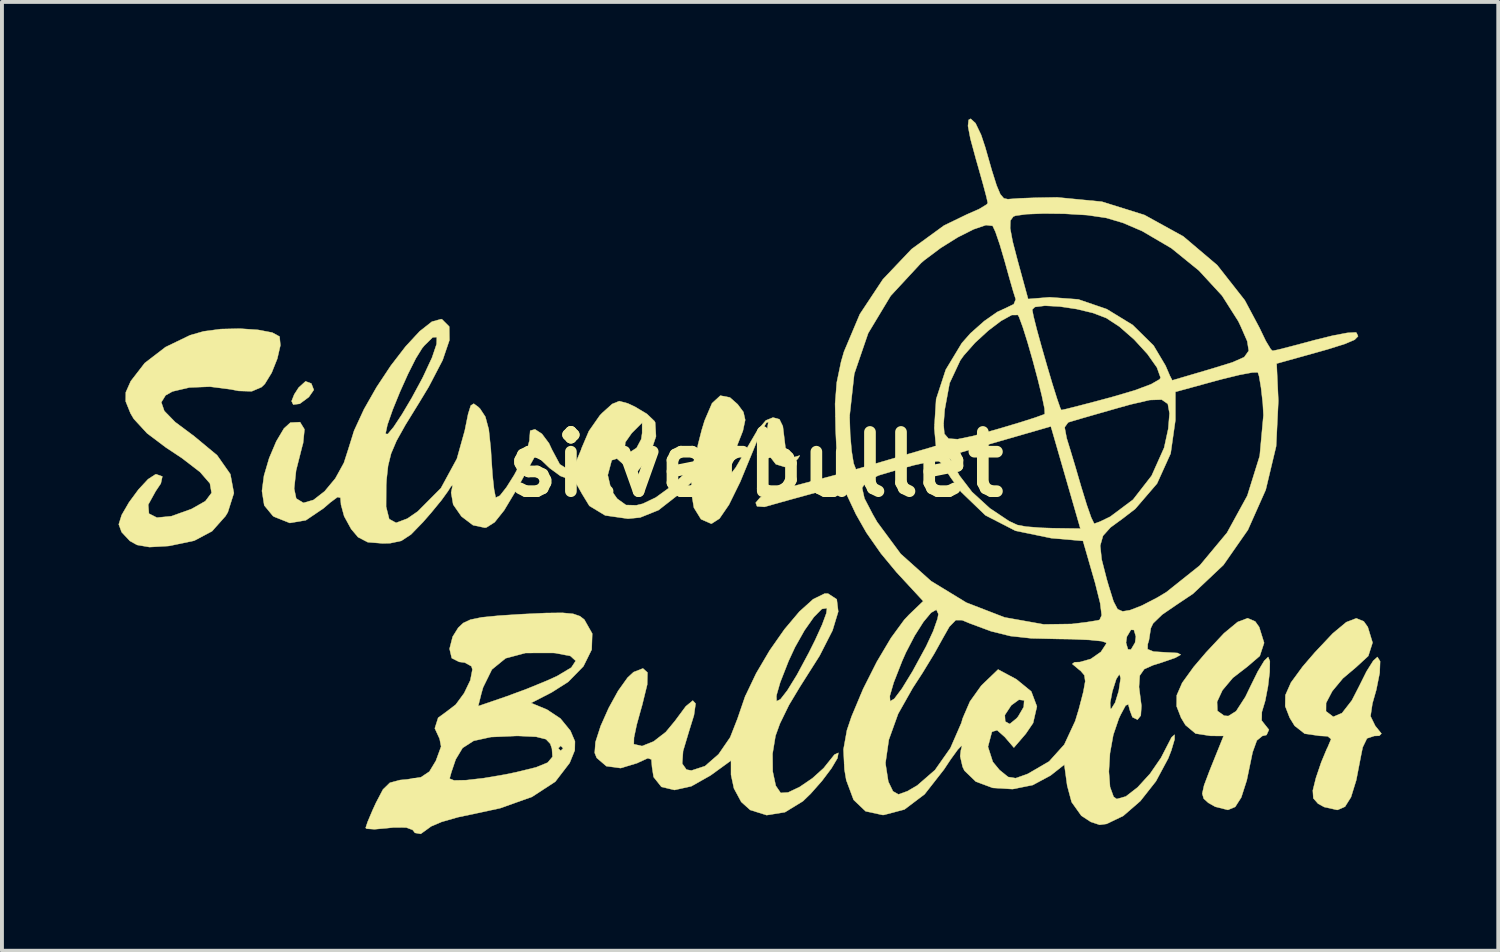
<source format=kicad_pcb>
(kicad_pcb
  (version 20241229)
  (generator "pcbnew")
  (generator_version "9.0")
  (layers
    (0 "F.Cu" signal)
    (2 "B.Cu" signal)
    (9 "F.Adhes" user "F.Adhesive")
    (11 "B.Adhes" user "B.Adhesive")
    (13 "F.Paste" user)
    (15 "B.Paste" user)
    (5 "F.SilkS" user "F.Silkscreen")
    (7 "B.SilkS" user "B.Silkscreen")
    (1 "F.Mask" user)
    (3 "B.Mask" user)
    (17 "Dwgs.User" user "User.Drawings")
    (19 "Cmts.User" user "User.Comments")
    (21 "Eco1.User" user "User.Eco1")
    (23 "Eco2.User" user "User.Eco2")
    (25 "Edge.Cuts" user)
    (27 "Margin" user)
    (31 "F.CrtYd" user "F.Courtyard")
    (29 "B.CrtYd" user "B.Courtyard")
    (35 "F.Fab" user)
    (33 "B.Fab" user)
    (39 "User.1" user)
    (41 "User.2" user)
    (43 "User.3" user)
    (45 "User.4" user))
  (footprint "silverbullet"
    (layer "F.Cu")
    (at 16.388 8.895)
    (property "Reference" "silverbullet" (at 0 0 180) (layer "F.SilkS") (effects (font (size 1.524 1.524) (thickness 0.3))))
    (attr through_hole)
    (fp_poly (pts (xy -11.43 -2.081) (xy -11.366 -1.916) (xy -11.494 -1.732) (xy -11.728 -1.559) (xy -11.895 -1.538) (xy -11.938 -1.627) (xy -11.87 -1.799) (xy -11.756 -1.976) (xy -11.579 -2.137) (xy -11.43 -2.081)) (stroke (width 0.01) (type solid)) (fill yes) (layer "F.SilkS"))
    (fp_poly (pts (xy 12.848 4.04) (xy 12.95 4.183) (xy 13.077 4.591) (xy 12.966 4.928) (xy 12.65 5.199) (xy 12.272 5.491) (xy 12.005 5.809) (xy 11.867 6.107) (xy 11.876 6.34) (xy 12.048 6.464) (xy 12.156 6.473) (xy 12.357 6.348) (xy 12.596 5.978) (xy 12.725 5.711) (xy 12.916 5.324) (xy 13.081 5.051) (xy 13.182 4.953) (xy 13.225 5.063) (xy 13.22 5.342) (xy 13.177 5.708) (xy 13.105 6.082) (xy 13.019 6.369) (xy 13.014 6.587) (xy 13.072 6.662) (xy 13.201 6.825) (xy 13.14 6.96) (xy 13.032 6.985) (xy 12.89 7.101) (xy 12.781 7.404) (xy 12.769 7.461) (xy 12.631 8.126) (xy 12.49 8.565) (xy 12.334 8.809) (xy 12.15 8.886) (xy 12.14 8.886) (xy 11.821 8.806) (xy 11.643 8.706) (xy 11.524 8.598) (xy 11.486 8.468) (xy 11.534 8.252) (xy 11.673 7.883) (xy 11.723 7.758) (xy 12.035 6.985) (xy 11.701 6.983) (xy 11.314 6.923) (xy 11.055 6.706) (xy 10.941 6.517) (xy 10.827 6.223) (xy 10.83 5.939) (xy 10.97 5.618) (xy 11.265 5.21) (xy 11.585 4.835) (xy 12.046 4.343) (xy 12.395 4.054) (xy 12.654 3.956) (xy 12.848 4.04)) (stroke (width 0.01) (type solid)) (fill yes) (layer "F.SilkS"))
    (fp_poly (pts (xy 15.64 4.037) (xy 15.744 4.183) (xy 15.867 4.585) (xy 15.757 4.928) (xy 15.443 5.217) (xy 15.102 5.505) (xy 14.83 5.833) (xy 14.671 6.137) (xy 14.669 6.35) (xy 14.669 6.35) (xy 14.856 6.492) (xy 15.082 6.395) (xy 15.334 6.071) (xy 15.519 5.711) (xy 15.712 5.324) (xy 15.884 5.051) (xy 15.992 4.953) (xy 16.061 5.064) (xy 16.05 5.363) (xy 15.962 5.801) (xy 15.863 6.149) (xy 15.814 6.477) (xy 15.936 6.727) (xy 15.957 6.752) (xy 16.095 6.924) (xy 16.041 6.98) (xy 15.911 6.985) (xy 15.723 7.048) (xy 15.613 7.276) (xy 15.575 7.461) (xy 15.447 8.122) (xy 15.312 8.559) (xy 15.158 8.804) (xy 14.971 8.886) (xy 14.948 8.886) (xy 14.623 8.813) (xy 14.464 8.726) (xy 14.343 8.588) (xy 14.33 8.387) (xy 14.41 8.064) (xy 14.546 7.663) (xy 14.689 7.32) (xy 14.714 7.271) (xy 14.8 7.066) (xy 14.712 6.993) (xy 14.514 6.983) (xy 14.121 6.927) (xy 13.862 6.724) (xy 13.735 6.517) (xy 13.62 6.22) (xy 13.625 5.934) (xy 13.768 5.611) (xy 14.068 5.201) (xy 14.383 4.835) (xy 14.844 4.346) (xy 15.191 4.058) (xy 15.448 3.959) (xy 15.64 4.037)) (stroke (width 0.01) (type solid)) (fill yes) (layer "F.SilkS"))
    (fp_poly (pts (xy -12.8 -3.46) (xy -12.436 -3.391) (xy -12.248 -3.289) (xy -12.247 -3.288) (xy -12.226 -3.063) (xy -12.305 -2.72) (xy -12.45 -2.357) (xy -12.626 -2.07) (xy -12.71 -1.988) (xy -12.962 -1.88) (xy -13.299 -1.89) (xy -13.501 -1.93) (xy -14.037 -1.999) (xy -14.567 -1.978) (xy -15.001 -1.876) (xy -15.179 -1.776) (xy -15.289 -1.597) (xy -15.212 -1.375) (xy -14.933 -1.089) (xy -14.446 -0.726) (xy -13.854 -0.235) (xy -13.513 0.251) (xy -13.422 0.738) (xy -13.578 1.231) (xy -13.638 1.33) (xy -13.984 1.719) (xy -14.444 1.963) (xy -15.08 2.096) (xy -15.116 2.1) (xy -15.593 2.127) (xy -15.912 2.072) (xy -16.097 1.97) (xy -16.31 1.742) (xy -16.383 1.542) (xy -16.308 1.301) (xy -16.12 0.977) (xy -15.875 0.645) (xy -15.629 0.38) (xy -15.438 0.256) (xy -15.42 0.254) (xy -15.262 0.31) (xy -15.301 0.491) (xy -15.435 0.691) (xy -15.626 1.037) (xy -15.607 1.266) (xy -15.402 1.369) (xy -15.031 1.333) (xy -14.516 1.149) (xy -14.51 1.146) (xy -14.156 0.945) (xy -13.996 0.733) (xy -14.038 0.49) (xy -14.291 0.198) (xy -14.763 -0.165) (xy -15.168 -0.433) (xy -15.655 -0.8) (xy -15.997 -1.171) (xy -16.081 -1.313) (xy -16.205 -1.621) (xy -16.202 -1.854) (xy -16.075 -2.141) (xy -15.715 -2.607) (xy -15.18 -3.018) (xy -14.548 -3.323) (xy -14.201 -3.422) (xy -13.758 -3.481) (xy -13.266 -3.492) (xy -12.8 -3.46)) (stroke (width 0.01) (type solid)) (fill yes) (layer "F.SilkS"))
    (fp_poly (pts (xy 2.085 3.47) (xy 2.123 3.786) (xy 1.976 4.271) (xy 1.644 4.922) (xy 1.136 5.723) (xy 0.856 6.189) (xy 0.622 6.669) (xy 0.509 6.982) (xy 0.433 7.444) (xy 0.438 7.899) (xy 0.516 8.265) (xy 0.642 8.45) (xy 0.833 8.438) (xy 1.13 8.297) (xy 1.46 8.072) (xy 1.747 7.813) (xy 1.865 7.665) (xy 2.026 7.465) (xy 2.127 7.418) (xy 2.103 7.557) (xy 1.948 7.818) (xy 1.704 8.142) (xy 1.417 8.467) (xy 1.215 8.663) (xy 0.753 8.946) (xy 0.282 9.022) (xy -0.142 8.889) (xy -0.372 8.682) (xy -0.56 8.333) (xy -0.635 7.983) (xy -0.635 7.618) (xy -1.162 8) (xy -1.656 8.279) (xy -2.089 8.375) (xy -2.425 8.295) (xy -2.626 8.042) (xy -2.667 7.782) (xy -2.682 7.59) (xy -2.773 7.557) (xy -3.011 7.665) (xy -3.047 7.683) (xy -3.473 7.812) (xy -3.842 7.762) (xy -4.09 7.549) (xy -4.141 7.421) (xy -4.121 7.142) (xy -3.989 6.732) (xy -3.783 6.269) (xy -3.54 5.827) (xy -3.296 5.485) (xy -3.141 5.342) (xy -2.9 5.248) (xy -2.784 5.353) (xy -2.791 5.664) (xy -2.92 6.19) (xy -2.941 6.262) (xy -3.061 6.696) (xy -3.131 7.029) (xy -3.135 7.193) (xy -3.132 7.197) (xy -2.924 7.245) (xy -2.629 7.128) (xy -2.314 6.885) (xy -2.079 6.602) (xy -1.798 6.223) (xy -1.618 6.075) (xy -1.546 6.153) (xy -1.588 6.452) (xy -1.714 6.858) (xy -1.868 7.373) (xy -1.891 7.696) (xy -1.781 7.851) (xy -1.653 7.874) (xy -1.304 7.76) (xy -0.955 7.455) (xy -0.656 7.02) (xy -0.468 6.54) (xy -0.275 5.976) (xy -0.262 5.949) (xy 0.532 5.949) (xy 0.538 6.091) (xy 0.636 6.042) (xy 0.815 5.812) (xy 1.062 5.411) (xy 1.365 4.847) (xy 1.53 4.516) (xy 1.708 4.124) (xy 1.817 3.829) (xy 1.834 3.697) (xy 1.701 3.719) (xy 1.497 3.925) (xy 1.255 4.269) (xy 1.01 4.704) (xy 0.846 5.057) (xy 0.63 5.608) (xy 0.532 5.949) (xy -0.262 5.949) (xy 0.011 5.376) (xy 0.36 4.784) (xy 0.741 4.24) (xy 1.123 3.787) (xy 1.477 3.468) (xy 1.771 3.324) (xy 1.86 3.323) (xy 2.085 3.47)) (stroke (width 0.01) (type solid)) (fill yes) (layer "F.SilkS"))
    (fp_poly (pts (xy -4.695 3.844) (xy -4.521 3.904) (xy -4.408 3.992) (xy -4.205 4.351) (xy -4.219 4.765) (xy -4.431 5.193) (xy -4.823 5.594) (xy -5.251 5.866) (xy -5.779 6.137) (xy -5.37 6.306) (xy -5.023 6.536) (xy -4.766 6.851) (xy -4.649 7.125) (xy -4.654 7.355) (xy -4.782 7.671) (xy -4.787 7.681) (xy -5.155 8.161) (xy -5.753 8.551) (xy -6.573 8.843) (xy -7.147 8.967) (xy -7.654 9.074) (xy -8.081 9.196) (xy -8.35 9.311) (xy -8.383 9.336) (xy -8.616 9.504) (xy -8.765 9.478) (xy -8.825 9.401) (xy -8.989 9.34) (xy -9.316 9.339) (xy -9.467 9.355) (xy -9.804 9.385) (xy -10.007 9.371) (xy -10.033 9.35) (xy -9.983 9.197) (xy -9.856 8.897) (xy -9.768 8.705) (xy -9.588 8.362) (xy -9.41 8.189) (xy -9.149 8.119) (xy -8.974 8.103) (xy -8.847 8.083) (xy -7.874 8.083) (xy -7.759 8.128) (xy -7.448 8.122) (xy -6.994 8.07) (xy -6.448 7.977) (xy -6.163 7.918) (xy -5.65 7.792) (xy -5.351 7.67) (xy -5.227 7.521) (xy -5.241 7.313) (xy -5.244 7.303) (xy -5.08 7.303) (xy -5.016 7.366) (xy -4.953 7.303) (xy -5.016 7.239) (xy -5.08 7.303) (xy -5.244 7.303) (xy -5.284 7.186) (xy -5.395 7.069) (xy -5.648 7.006) (xy -6.095 6.985) (xy -6.165 6.985) (xy -6.811 7.013) (xy -7.254 7.11) (xy -7.54 7.294) (xy -7.715 7.585) (xy -7.731 7.63) (xy -7.828 7.917) (xy -7.873 8.077) (xy -7.874 8.083) (xy -8.847 8.083) (xy -8.612 8.047) (xy -8.394 7.902) (xy -8.226 7.624) (xy -8.092 7.257) (xy -8.13 7.059) (xy -8.254 6.789) (xy -8.168 6.517) (xy -7.941 6.351) (xy -7.767 6.218) (xy -7.138 6.218) (xy -6.395 5.963) (xy -5.88 5.772) (xy -5.365 5.561) (xy -5.106 5.443) (xy -4.743 5.226) (xy -4.63 5.053) (xy -4.767 4.928) (xy -5.152 4.854) (xy -5.214 4.849) (xy -5.92 4.851) (xy -6.432 4.987) (xy -6.785 5.275) (xy -7.012 5.736) (xy -7.056 5.89) (xy -7.138 6.218) (xy -7.767 6.218) (xy -7.716 6.179) (xy -7.499 5.883) (xy -7.34 5.552) (xy -7.287 5.276) (xy -7.311 5.194) (xy -7.482 5.098) (xy -7.627 5.08) (xy -7.818 4.984) (xy -7.875 4.743) (xy -7.795 4.431) (xy -7.652 4.202) (xy -7.523 4.08) (xy -7.339 3.994) (xy -7.049 3.934) (xy -6.602 3.89) (xy -6.028 3.853) (xy -5.398 3.823) (xy -4.971 3.818) (xy -4.695 3.844)) (stroke (width 0.01) (type solid)) (fill yes) (layer "F.SilkS"))
    (fp_poly (pts (xy -8.067 -3.73) (xy -7.883 -3.545) (xy -7.878 -3.196) (xy -8.053 -2.681) (xy -8.41 -1.996) (xy -8.664 -1.576) (xy -9.009 -1.017) (xy -9.239 -0.606) (xy -9.379 -0.277) (xy -9.456 0.034) (xy -9.495 0.391) (xy -9.504 0.538) (xy -9.507 1.088) (xy -9.427 1.406) (xy -9.25 1.503) (xy -8.96 1.394) (xy -8.693 1.21) (xy -8.097 0.611) (xy -7.686 -0.145) (xy -7.484 -0.867) (xy -7.397 -1.296) (xy -7.329 -1.514) (xy -7.252 -1.562) (xy -7.138 -1.479) (xy -7.09 -1.432) (xy -6.954 -1.226) (xy -6.866 -0.899) (xy -6.813 -0.394) (xy -6.802 -0.205) (xy -6.77 0.271) (xy -6.73 0.641) (xy -6.691 0.839) (xy -6.683 0.853) (xy -6.58 0.804) (xy -6.411 0.589) (xy -6.213 0.274) (xy -6.023 -0.077) (xy -5.878 -0.399) (xy -5.817 -0.625) (xy -5.818 -0.655) (xy -5.801 -0.867) (xy -5.677 -0.902) (xy -5.499 -0.786) (xy -5.317 -0.543) (xy -5.241 -0.381) (xy -5.039 -0.003) (xy -4.837 0.123) (xy -4.649 -0.003) (xy -4.489 -0.38) (xy -4.487 -0.388) (xy -3.37 -0.388) (xy -3.227 -0.318) (xy -3.063 -0.425) (xy -2.944 -0.649) (xy -2.921 -0.806) (xy -2.921 -1.072) (xy -3.19 -0.803) (xy -3.354 -0.569) (xy -3.37 -0.388) (xy -4.487 -0.388) (xy -4.48 -0.413) (xy -4.291 -0.856) (xy -4.008 -1.261) (xy -3.946 -1.325) (xy -3.691 -1.554) (xy -3.509 -1.628) (xy -3.288 -1.568) (xy -3.108 -1.484) (xy -2.799 -1.299) (xy -2.604 -1.113) (xy -2.586 -1.079) (xy -2.565 -0.72) (xy -2.708 -0.292) (xy -2.901 0.007) (xy -3.138 0.3) (xy -3.373 0.026) (xy -3.569 -0.149) (xy -3.695 -0.11) (xy -3.707 -0.093) (xy -3.805 0.275) (xy -3.713 0.67) (xy -3.563 0.882) (xy -3.336 1.045) (xy -3.07 1.052) (xy -2.903 1.011) (xy -2.571 0.852) (xy -2.201 0.584) (xy -1.861 0.267) (xy -1.613 -0.039) (xy -1.524 -0.265) (xy -1.486 -0.503) (xy -1.39 -0.879) (xy -1.314 -1.128) (xy -1.123 -1.573) (xy -0.91 -1.769) (xy -0.664 -1.722) (xy -0.464 -1.546) (xy -0.316 -1.347) (xy -0.27 -1.143) (xy -0.33 -0.861) (xy -0.499 -0.43) (xy -0.525 -0.369) (xy -0.692 0.063) (xy -0.737 0.281) (xy -0.673 0.286) (xy -0.514 0.081) (xy -0.271 -0.334) (xy -0.234 -0.403) (xy 0.041 -0.874) (xy 0.262 -1.132) (xy 0.445 -1.206) (xy 0.61 -1.161) (xy 0.698 -0.982) (xy 0.738 -0.656) (xy 0.779 -0.315) (xy 0.856 -0.177) (xy 0.992 -0.187) (xy 1.135 -0.229) (xy 1.087 -0.149) (xy 1.007 -0.066) (xy 0.753 0.068) (xy 0.518 -0.004) (xy 0.34 -0.235) (xy 0.26 -0.577) (xy 0.296 -0.909) (xy 0.325 -1.089) (xy 0.273 -1.069) (xy 0.163 -0.882) (xy 0.016 -0.559) (xy -0.056 -0.381) (xy -0.398 0.449) (xy -0.688 1.038) (xy -0.932 1.394) (xy -1.133 1.523) (xy -1.148 1.524) (xy -1.407 1.41) (xy -1.59 1.113) (xy -1.651 0.747) (xy -1.651 0.46) (xy -2 0.786) (xy -2.501 1.177) (xy -2.972 1.366) (xy -3.285 1.397) (xy -3.871 1.313) (xy -4.279 1.066) (xy -4.464 0.763) (xy -4.614 0.497) (xy -4.793 0.381) (xy -4.8 0.381) (xy -5.023 0.298) (xy -5.299 0.096) (xy -5.33 0.067) (xy -5.657 -0.246) (xy -6.165 0.671) (xy -6.471 1.182) (xy -6.715 1.488) (xy -6.923 1.62) (xy -6.964 1.629) (xy -7.271 1.564) (xy -7.569 1.338) (xy -7.781 1.033) (xy -7.834 0.727) (xy -7.831 0.713) (xy -7.793 0.527) (xy -7.842 0.572) (xy -7.916 0.69) (xy -8.082 0.92) (xy -8.352 1.249) (xy -8.557 1.484) (xy -8.867 1.803) (xy -9.117 1.967) (xy -9.401 2.027) (xy -9.596 2.032) (xy -9.98 2.001) (xy -10.228 1.872) (xy -10.405 1.663) (xy -10.586 1.333) (xy -10.668 1.031) (xy -10.668 1.015) (xy -10.681 0.858) (xy -10.754 0.84) (xy -10.934 0.972) (xy -11.117 1.13) (xy -11.571 1.437) (xy -11.984 1.507) (xy -12.39 1.345) (xy -12.418 1.326) (xy -12.641 1.055) (xy -12.7 0.683) (xy -12.648 0.291) (xy -12.515 -0.16) (xy -12.332 -0.592) (xy -12.134 -0.925) (xy -11.969 -1.075) (xy -11.72 -1.087) (xy -11.606 -0.902) (xy -11.642 -0.547) (xy -11.659 -0.488) (xy -11.822 0.155) (xy -11.872 0.624) (xy -11.819 0.877) (xy -11.633 0.99) (xy -11.375 0.915) (xy -11.088 0.692) (xy -10.813 0.361) (xy -10.592 -0.04) (xy -10.482 -0.382) (xy -10.355 -0.787) (xy -9.522 -0.787) (xy -9.522 -0.786) (xy -9.464 -0.781) (xy -9.314 -0.961) (xy -9.099 -1.286) (xy -8.844 -1.716) (xy -8.576 -2.212) (xy -8.555 -2.254) (xy -8.325 -2.748) (xy -8.208 -3.095) (xy -8.202 -3.274) (xy -8.308 -3.268) (xy -8.524 -3.056) (xy -8.58 -2.988) (xy -8.74 -2.73) (xy -8.941 -2.331) (xy -9.151 -1.864) (xy -9.339 -1.402) (xy -9.473 -1.018) (xy -9.522 -0.787) (xy -10.355 -0.787) (xy -10.33 -0.868) (xy -10.076 -1.418) (xy -9.751 -1.988) (xy -9.385 -2.54) (xy -9.006 -3.032) (xy -8.644 -3.423) (xy -8.329 -3.671) (xy -8.09 -3.737) (xy -8.067 -3.73)) (stroke (width 0.01) (type solid)) (fill yes) (layer "F.SilkS"))
    (fp_poly (pts (xy 5.654 -8.776) (xy 5.798 -8.476) (xy 5.903 -8.16) (xy 6.073 -7.566) (xy 6.196 -7.176) (xy 6.292 -6.949) (xy 6.382 -6.844) (xy 6.485 -6.821) (xy 6.554 -6.827) (xy 6.795 -6.844) (xy 7.205 -6.859) (xy 7.701 -6.868) (xy 7.753 -6.869) (xy 8.906 -6.757) (xy 10 -6.415) (xy 10.999 -5.864) (xy 11.87 -5.126) (xy 12.58 -4.222) (xy 12.958 -3.513) (xy 13.12 -3.176) (xy 13.249 -2.962) (xy 13.294 -2.921) (xy 13.443 -2.952) (xy 13.773 -3.036) (xy 14.222 -3.155) (xy 14.368 -3.195) (xy 14.841 -3.312) (xy 15.216 -3.383) (xy 15.429 -3.395) (xy 15.453 -3.386) (xy 15.494 -3.296) (xy 15.406 -3.206) (xy 15.155 -3.099) (xy 14.708 -2.959) (xy 14.389 -2.869) (xy 13.399 -2.593) (xy 13.443 -1.634) (xy 13.386 -0.465) (xy 13.119 0.654) (xy 12.661 1.684) (xy 12.031 2.588) (xy 11.248 3.327) (xy 10.812 3.619) (xy 10.456 3.863) (xy 10.222 4.089) (xy 10.163 4.212) (xy 10.114 4.526) (xy 10.083 4.625) (xy 10.08 4.753) (xy 10.233 4.815) (xy 10.559 4.835) (xy 10.852 4.851) (xy 10.933 4.895) (xy 10.792 4.975) (xy 10.419 5.104) (xy 10.223 5.164) (xy 9.994 5.266) (xy 9.878 5.433) (xy 9.859 5.725) (xy 9.92 6.202) (xy 9.921 6.209) (xy 9.905 6.46) (xy 9.821 6.566) (xy 9.69 6.502) (xy 9.624 6.326) (xy 9.583 6.172) (xy 9.515 6.201) (xy 9.39 6.433) (xy 9.34 6.54) (xy 9.198 6.956) (xy 9.112 7.432) (xy 9.084 7.9) (xy 9.114 8.296) (xy 9.206 8.55) (xy 9.287 8.607) (xy 9.521 8.541) (xy 9.824 8.306) (xy 10.143 7.957) (xy 10.424 7.549) (xy 10.548 7.308) (xy 10.696 7.021) (xy 10.774 6.952) (xy 10.774 7.074) (xy 10.69 7.358) (xy 10.611 7.561) (xy 10.295 8.15) (xy 9.894 8.659) (xy 9.455 9.04) (xy 9.026 9.247) (xy 8.847 9.271) (xy 8.62 9.196) (xy 8.376 9.037) (xy 8.126 8.686) (xy 8.012 8.263) (xy 7.938 7.723) (xy 7.584 8.002) (xy 7.126 8.248) (xy 6.608 8.352) (xy 6.098 8.321) (xy 5.663 8.16) (xy 5.369 7.877) (xy 5.322 7.78) (xy 5.259 7.506) (xy 5.277 7.355) (xy 5.305 7.244) (xy 5.291 7.239) (xy 5.197 7.337) (xy 5.014 7.589) (xy 4.843 7.847) (xy 4.344 8.485) (xy 3.826 8.876) (xy 3.293 9.017) (xy 3.263 9.017) (xy 2.826 8.922) (xy 2.518 8.628) (xy 2.329 8.121) (xy 2.283 7.848) (xy 2.275 7.687) (xy 3.337 7.687) (xy 3.411 8.16) (xy 3.531 8.408) (xy 3.671 8.488) (xy 3.9 8.407) (xy 4.154 8.259) (xy 4.611 7.862) (xy 5.008 7.297) (xy 5.29 6.65) (xy 5.323 6.534) (xy 5.36 6.448) (xy 6.408 6.448) (xy 6.418 6.612) (xy 6.534 6.677) (xy 6.709 6.534) (xy 6.751 6.484) (xy 6.894 6.239) (xy 6.905 6.07) (xy 6.771 6.053) (xy 6.573 6.197) (xy 6.408 6.448) (xy 5.36 6.448) (xy 5.51 6.1) (xy 5.796 5.699) (xy 5.846 5.648) (xy 6.235 5.275) (xy 6.705 5.527) (xy 7.088 5.84) (xy 7.233 6.226) (xy 7.135 6.653) (xy 6.947 6.929) (xy 6.641 7.285) (xy 6.406 7.011) (xy 6.21 6.837) (xy 6.084 6.875) (xy 6.072 6.892) (xy 5.974 7.263) (xy 6.099 7.651) (xy 6.271 7.86) (xy 6.493 8.04) (xy 6.686 8.071) (xy 6.973 7.97) (xy 7.002 7.958) (xy 7.546 7.641) (xy 7.937 7.207) (xy 8.219 6.6) (xy 8.311 6.297) (xy 8.354 6.134) (xy 9.117 6.134) (xy 9.125 6.282) (xy 9.148 6.284) (xy 9.246 6.126) (xy 9.336 5.834) (xy 9.337 5.831) (xy 9.387 5.498) (xy 9.357 5.394) (xy 9.275 5.52) (xy 9.174 5.836) (xy 9.117 6.134) (xy 8.354 6.134) (xy 8.428 5.848) (xy 8.476 5.579) (xy 8.454 5.423) (xy 8.362 5.315) (xy 8.303 5.268) (xy 8.142 5.133) (xy 8.2 5.089) (xy 8.341 5.084) (xy 8.62 5.004) (xy 8.879 4.823) (xy 9.014 4.617) (xy 9.017 4.587) (xy 9.525 4.587) (xy 9.575 4.758) (xy 9.652 4.763) (xy 9.758 4.584) (xy 9.779 4.43) (xy 9.729 4.259) (xy 9.652 4.255) (xy 9.546 4.433) (xy 9.525 4.587) (xy 9.017 4.587) (xy 9.017 4.587) (xy 8.899 4.547) (xy 8.582 4.515) (xy 8.119 4.495) (xy 7.779 4.49) (xy 7.09 4.474) (xy 6.55 4.415) (xy 6.054 4.292) (xy 5.499 4.086) (xy 5.31 4.007) (xy 5.147 4.005) (xy 4.981 4.175) (xy 4.816 4.466) (xy 4.591 4.871) (xy 4.291 5.363) (xy 4.039 5.751) (xy 3.663 6.417) (xy 3.424 7.082) (xy 3.337 7.687) (xy 2.275 7.687) (xy 2.258 7.33) (xy 2.347 6.836) (xy 2.465 6.486) (xy 2.687 5.957) (xy 3.449 5.957) (xy 3.458 6.093) (xy 3.565 6.028) (xy 3.761 5.768) (xy 4.036 5.319) (xy 4.38 4.687) (xy 4.388 4.671) (xy 4.566 4.288) (xy 4.678 3.968) (xy 4.699 3.849) (xy 4.647 3.737) (xy 4.509 3.816) (xy 4.314 4.051) (xy 4.09 4.404) (xy 3.863 4.84) (xy 3.767 5.057) (xy 3.549 5.613) (xy 3.449 5.957) (xy 2.687 5.957) (xy 2.764 5.774) (xy 3.115 5.078) (xy 3.48 4.464) (xy 3.82 3.999) (xy 3.943 3.868) (xy 4.309 3.517) (xy 3.618 2.77) (xy 3.222 2.292) (xy 2.848 1.757) (xy 2.578 1.282) (xy 2.26 0.605) (xy 2.737 0.605) (xy 2.797 0.874) (xy 3.011 1.285) (xy 3.123 1.481) (xy 3.729 2.301) (xy 4.51 3.001) (xy 5.418 3.555) (xy 6.401 3.935) (xy 7.409 4.115) (xy 8.128 4.105) (xy 8.507 4.059) (xy 8.786 4.014) (xy 8.845 4) (xy 8.899 3.881) (xy 8.861 3.572) (xy 8.731 3.051) (xy 8.705 2.962) (xy 8.454 2.091) (xy 8.861 2.091) (xy 8.899 2.446) (xy 9.032 2.964) (xy 9.081 3.131) (xy 9.204 3.525) (xy 9.308 3.724) (xy 9.438 3.781) (xy 9.627 3.75) (xy 9.931 3.632) (xy 10.329 3.426) (xy 10.563 3.286) (xy 11.422 2.6) (xy 12.123 1.758) (xy 12.645 0.805) (xy 12.964 -0.218) (xy 13.06 -1.266) (xy 13.044 -1.564) (xy 12.998 -1.972) (xy 12.948 -2.267) (xy 12.915 -2.368) (xy 12.773 -2.364) (xy 12.447 -2.303) (xy 12 -2.194) (xy 11.824 -2.147) (xy 10.795 -1.865) (xy 10.795 -1.138) (xy 10.673 -0.28) (xy 10.323 0.493) (xy 9.764 1.143) (xy 9.457 1.38) (xy 9.127 1.621) (xy 8.933 1.837) (xy 8.861 2.091) (xy 8.454 2.091) (xy 8.419 1.968) (xy 7.601 1.897) (xy 6.681 1.707) (xy 5.909 1.31) (xy 5.283 0.707) (xy 5.258 0.674) (xy 5.017 0.341) (xy 4.845 0.075) (xy 4.799 -0.017) (xy 4.708 -0.081) (xy 4.475 -0.069) (xy 4.064 0.022) (xy 3.704 0.121) (xy 3.168 0.281) (xy 2.853 0.425) (xy 2.737 0.605) (xy 2.26 0.605) (xy 2.229 0.54) (xy 1.337 0.783) (xy 0.864 0.913) (xy 0.467 1.024) (xy 0.228 1.092) (xy 0.222 1.093) (xy 0.034 1.078) (xy 0 0.987) (xy 0.114 0.853) (xy 0.413 0.714) (xy 0.603 0.656) (xy 1.076 0.531) (xy 1.533 0.41) (xy 1.658 0.377) (xy 2.11 0.257) (xy 2.056 -0.878) (xy 2.049 -1.242) (xy 2.415 -1.242) (xy 2.43 -0.774) (xy 2.467 -0.346) (xy 2.519 -0.025) (xy 2.576 0.121) (xy 2.587 0.124) (xy 2.707 0.09) (xy 3.014 0.00034) (xy 3.448 -0.127) (xy 3.619 -0.177) (xy 3.755 -0.217) (xy 4.958 -0.217) (xy 5.241 0.288) (xy 5.565 0.71) (xy 6.024 1.13) (xy 6.518 1.46) (xy 6.731 1.559) (xy 6.959 1.601) (xy 7.341 1.631) (xy 7.636 1.641) (xy 8.351 1.651) (xy 7.972 0.337) (xy 7.599 -0.954) (xy 7.946 -0.954) (xy 7.999 -0.673) (xy 8.091 -0.374) (xy 8.226 0.074) (xy 8.373 0.578) (xy 8.381 0.603) (xy 8.516 1.043) (xy 8.63 1.368) (xy 8.704 1.52) (xy 8.711 1.524) (xy 8.858 1.471) (xy 9.119 1.345) (xy 9.705 0.907) (xy 10.183 0.292) (xy 10.506 -0.43) (xy 10.612 -0.919) (xy 10.644 -1.312) (xy 10.6 -1.556) (xy 10.443 -1.666) (xy 10.136 -1.656) (xy 9.643 -1.542) (xy 9.327 -1.454) (xy 8.812 -1.307) (xy 8.381 -1.183) (xy 8.101 -1.1) (xy 8.037 -1.08) (xy 7.946 -0.954) (xy 7.599 -0.954) (xy 7.593 -0.977) (xy 6.275 -0.597) (xy 4.958 -0.217) (xy 3.755 -0.217) (xy 4.636 -0.475) (xy 4.594 -0.934) (xy 4.6 -1.03) (xy 4.832 -1.03) (xy 4.853 -0.787) (xy 4.96 -0.663) (xy 5.192 -0.648) (xy 5.584 -0.729) (xy 6.175 -0.894) (xy 6.334 -0.94) (xy 6.814 -1.084) (xy 7.192 -1.205) (xy 7.408 -1.283) (xy 7.436 -1.298) (xy 7.429 -1.436) (xy 7.363 -1.752) (xy 7.257 -2.184) (xy 7.128 -2.668) (xy 6.993 -3.139) (xy 6.869 -3.533) (xy 6.775 -3.788) (xy 6.743 -3.844) (xy 6.586 -3.842) (xy 6.314 -3.693) (xy 5.982 -3.441) (xy 5.642 -3.129) (xy 5.351 -2.8) (xy 5.262 -2.676) (xy 4.987 -2.089) (xy 4.861 -1.405) (xy 4.832 -1.03) (xy 4.6 -1.03) (xy 4.641 -1.678) (xy 4.888 -2.435) (xy 5.301 -3.119) (xy 5.523 -3.371) (xy 5.877 -3.685) (xy 6.216 -3.922) (xy 6.349 -3.982) (xy 7.112 -3.982) (xy 7.145 -3.81) (xy 7.23 -3.472) (xy 7.352 -3.029) (xy 7.491 -2.544) (xy 7.629 -2.078) (xy 7.75 -1.693) (xy 7.834 -1.45) (xy 7.862 -1.397) (xy 8 -1.428) (xy 8.328 -1.511) (xy 8.793 -1.633) (xy 9.165 -1.733) (xy 9.75 -1.905) (xy 10.17 -2.062) (xy 10.389 -2.188) (xy 10.414 -2.231) (xy 10.32 -2.493) (xy 10.075 -2.84) (xy 9.735 -3.211) (xy 9.356 -3.543) (xy 9.017 -3.765) (xy 8.676 -3.895) (xy 8.254 -3.996) (xy 7.819 -4.061) (xy 7.439 -4.081) (xy 7.182 -4.049) (xy 7.112 -3.982) (xy 6.349 -3.982) (xy 6.413 -4.012) (xy 6.637 -4.12) (xy 6.689 -4.245) (xy 6.627 -4.439) (xy 6.524 -4.797) (xy 6.408 -5.214) (xy 6.281 -5.646) (xy 6.167 -5.98) (xy 6.123 -6.075) (xy 6.545 -6.075) (xy 6.609 -5.733) (xy 6.733 -5.257) (xy 7.007 -4.254) (xy 7.561 -4.299) (xy 8.297 -4.245) (xy 9.03 -3.994) (xy 9.697 -3.586) (xy 10.234 -3.057) (xy 10.541 -2.541) (xy 10.653 -2.281) (xy 10.714 -2.163) (xy 10.715 -2.162) (xy 10.835 -2.197) (xy 11.141 -2.287) (xy 11.576 -2.415) (xy 11.748 -2.466) (xy 12.263 -2.625) (xy 12.565 -2.759) (xy 12.682 -2.923) (xy 12.643 -3.169) (xy 12.477 -3.549) (xy 12.413 -3.683) (xy 11.997 -4.338) (xy 11.401 -4.985) (xy 10.693 -5.56) (xy 9.941 -6.001) (xy 9.941 -6.001) (xy 9.449 -6.212) (xy 9.013 -6.341) (xy 8.527 -6.412) (xy 7.938 -6.447) (xy 7.409 -6.453) (xy 6.968 -6.436) (xy 6.684 -6.397) (xy 6.626 -6.374) (xy 6.552 -6.272) (xy 6.545 -6.075) (xy 6.123 -6.075) (xy 6.094 -6.136) (xy 5.922 -6.155) (xy 5.605 -6.047) (xy 5.198 -5.842) (xy 4.758 -5.567) (xy 4.339 -5.253) (xy 4.255 -5.181) (xy 3.472 -4.336) (xy 2.893 -3.374) (xy 2.535 -2.329) (xy 2.415 -1.242) (xy 2.049 -1.242) (xy 2.042 -1.56) (xy 2.085 -2.108) (xy 2.195 -2.636) (xy 2.27 -2.897) (xy 2.678 -3.864) (xy 3.272 -4.761) (xy 4.009 -5.537) (xy 4.843 -6.144) (xy 5.429 -6.428) (xy 5.751 -6.57) (xy 5.944 -6.688) (xy 5.969 -6.723) (xy 5.936 -6.876) (xy 5.847 -7.21) (xy 5.719 -7.664) (xy 5.666 -7.849) (xy 5.522 -8.379) (xy 5.46 -8.705) (xy 5.477 -8.862) (xy 5.53 -8.89) (xy 5.654 -8.776)) (stroke (width 0.01) (type solid)) (fill yes) (layer "F.SilkS")))
  (gr_rect
    (start -3 -3)
    (end 35.488 21.404)
    (stroke (width 0.1) (type default))
    (fill no)
    (layer "Edge.Cuts")))
</source>
